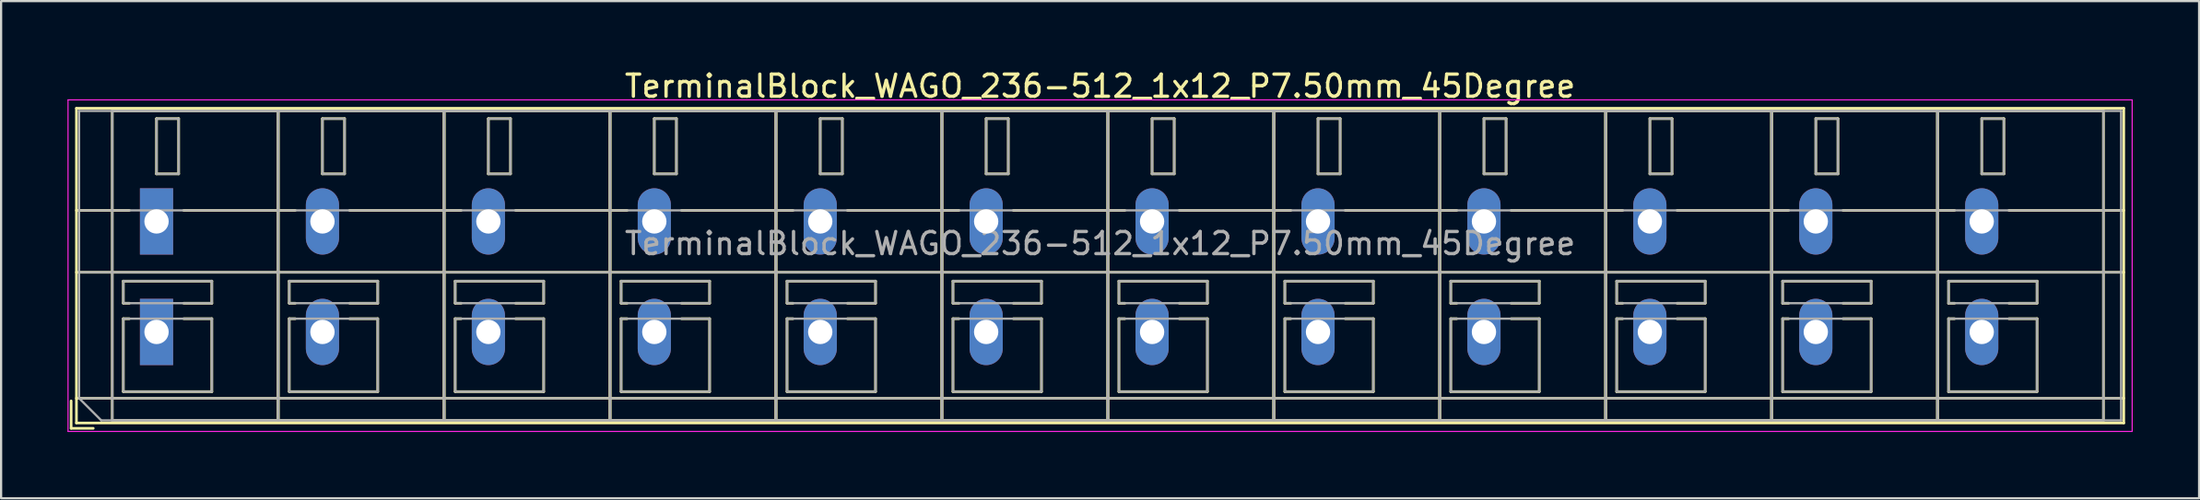
<source format=kicad_pcb>
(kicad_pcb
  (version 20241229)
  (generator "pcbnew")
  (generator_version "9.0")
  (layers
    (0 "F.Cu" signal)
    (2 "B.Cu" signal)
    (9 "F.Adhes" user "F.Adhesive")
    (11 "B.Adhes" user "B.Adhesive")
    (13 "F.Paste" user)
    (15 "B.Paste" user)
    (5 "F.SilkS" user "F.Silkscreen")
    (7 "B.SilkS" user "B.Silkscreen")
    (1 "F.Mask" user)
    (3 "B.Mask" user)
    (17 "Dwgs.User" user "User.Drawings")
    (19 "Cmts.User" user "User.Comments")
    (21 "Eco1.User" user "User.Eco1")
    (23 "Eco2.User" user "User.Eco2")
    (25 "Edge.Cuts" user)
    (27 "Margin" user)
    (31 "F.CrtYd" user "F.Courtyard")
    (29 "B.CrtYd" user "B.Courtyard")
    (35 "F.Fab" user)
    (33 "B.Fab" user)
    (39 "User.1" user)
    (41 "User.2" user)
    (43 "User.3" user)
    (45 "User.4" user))
  (footprint "TerminalBlock_WAGO_236-512_1x12_P7.50mm_45Degree"
    (layer "F.Cu")
    (at 4.025 6.968)
    (property "Reference" "TerminalBlock_WAGO_236-512_1x12_P7.50mm_45Degree" (at 42.65 -6.12 0) (layer "F.SilkS") (effects (font (size 1 1) (thickness 0.15))))
    (attr through_hole)
    (fp_line (start -3.86 8.12) (end -3.86 9.36) (stroke (width 0.12) (type solid)) (layer "F.SilkS"))
    (fp_line (start -3.86 9.36) (end -2.86 9.36) (stroke (width 0.12) (type solid)) (layer "F.SilkS"))
    (fp_line (start -3.62 -5.12) (end -3.62 9.12) (stroke (width 0.12) (type solid)) (layer "F.SilkS"))
    (fp_line (start -3.62 -5.12) (end 88.92 -5.12) (stroke (width 0.12) (type solid)) (layer "F.SilkS"))
    (fp_line (start -3.62 -0.5) (end -1.23 -0.5) (stroke (width 0.12) (type solid)) (layer "F.SilkS"))
    (fp_line (start -3.62 2.3) (end 88.92 2.3) (stroke (width 0.12) (type solid)) (layer "F.SilkS"))
    (fp_line (start -3.62 8) (end 88.92 8) (stroke (width 0.12) (type solid)) (layer "F.SilkS"))
    (fp_line (start -3.62 9.12) (end 88.92 9.12) (stroke (width 0.12) (type solid)) (layer "F.SilkS"))
    (fp_line (start -2 -5) (end -2 9) (stroke (width 0.12) (type solid)) (layer "F.SilkS"))
    (fp_line (start -2 -5) (end 5.5 -5) (stroke (width 0.12) (type solid)) (layer "F.SilkS"))
    (fp_line (start -2 9) (end 5.5 9) (stroke (width 0.12) (type solid)) (layer "F.SilkS"))
    (fp_line (start -1.5 2.7) (end -1.5 3.7) (stroke (width 0.12) (type solid)) (layer "F.SilkS"))
    (fp_line (start -1.5 2.7) (end 2.5 2.7) (stroke (width 0.12) (type solid)) (layer "F.SilkS"))
    (fp_line (start -1.5 3.7) (end -1.23 3.7) (stroke (width 0.12) (type solid)) (layer "F.SilkS"))
    (fp_line (start -1.5 4.4) (end -1.5 7.7) (stroke (width 0.12) (type solid)) (layer "F.SilkS"))
    (fp_line (start -1.5 4.4) (end -1.23 4.4) (stroke (width 0.12) (type solid)) (layer "F.SilkS"))
    (fp_line (start -1.5 7.7) (end 2.5 7.7) (stroke (width 0.12) (type solid)) (layer "F.SilkS"))
    (fp_line (start 0 -4.65) (end 0 -2.151) (stroke (width 0.12) (type solid)) (layer "F.SilkS"))
    (fp_line (start 0 -4.65) (end 1 -4.65) (stroke (width 0.12) (type solid)) (layer "F.SilkS"))
    (fp_line (start 0 -2.151) (end 1 -2.151) (stroke (width 0.12) (type solid)) (layer "F.SilkS"))
    (fp_line (start 1 -4.65) (end 1 -2.151) (stroke (width 0.12) (type solid)) (layer "F.SilkS"))
    (fp_line (start 1.23 -0.5) (end 6.27 -0.5) (stroke (width 0.12) (type solid)) (layer "F.SilkS"))
    (fp_line (start 1.23 3.7) (end 2.5 3.7) (stroke (width 0.12) (type solid)) (layer "F.SilkS"))
    (fp_line (start 1.23 4.4) (end 2.5 4.4) (stroke (width 0.12) (type solid)) (layer "F.SilkS"))
    (fp_line (start 2.5 2.7) (end 2.5 3.7) (stroke (width 0.12) (type solid)) (layer "F.SilkS"))
    (fp_line (start 2.5 4.4) (end 2.5 7.7) (stroke (width 0.12) (type solid)) (layer "F.SilkS"))
    (fp_line (start 5.5 -5) (end 5.5 9) (stroke (width 0.12) (type solid)) (layer "F.SilkS"))
    (fp_line (start 5.5 -5) (end 5.5 9) (stroke (width 0.12) (type solid)) (layer "F.SilkS"))
    (fp_line (start 5.5 -5) (end 13 -5) (stroke (width 0.12) (type solid)) (layer "F.SilkS"))
    (fp_line (start 5.5 9) (end 13 9) (stroke (width 0.12) (type solid)) (layer "F.SilkS"))
    (fp_line (start 6 2.7) (end 6 3.7) (stroke (width 0.12) (type solid)) (layer "F.SilkS"))
    (fp_line (start 6 2.7) (end 10 2.7) (stroke (width 0.12) (type solid)) (layer "F.SilkS"))
    (fp_line (start 6 3.7) (end 6.27 3.7) (stroke (width 0.12) (type solid)) (layer "F.SilkS"))
    (fp_line (start 6 4.4) (end 6 7.7) (stroke (width 0.12) (type solid)) (layer "F.SilkS"))
    (fp_line (start 6 4.4) (end 6.27 4.4) (stroke (width 0.12) (type solid)) (layer "F.SilkS"))
    (fp_line (start 6 7.7) (end 10 7.7) (stroke (width 0.12) (type solid)) (layer "F.SilkS"))
    (fp_line (start 7.5 -4.65) (end 7.5 -2.151) (stroke (width 0.12) (type solid)) (layer "F.SilkS"))
    (fp_line (start 7.5 -4.65) (end 8.5 -4.65) (stroke (width 0.12) (type solid)) (layer "F.SilkS"))
    (fp_line (start 7.5 -2.151) (end 8.5 -2.151) (stroke (width 0.12) (type solid)) (layer "F.SilkS"))
    (fp_line (start 8.5 -4.65) (end 8.5 -2.151) (stroke (width 0.12) (type solid)) (layer "F.SilkS"))
    (fp_line (start 8.73 -0.5) (end 13.77 -0.5) (stroke (width 0.12) (type solid)) (layer "F.SilkS"))
    (fp_line (start 8.73 3.7) (end 10 3.7) (stroke (width 0.12) (type solid)) (layer "F.SilkS"))
    (fp_line (start 8.73 4.4) (end 10 4.4) (stroke (width 0.12) (type solid)) (layer "F.SilkS"))
    (fp_line (start 10 2.7) (end 10 3.7) (stroke (width 0.12) (type solid)) (layer "F.SilkS"))
    (fp_line (start 10 4.4) (end 10 7.7) (stroke (width 0.12) (type solid)) (layer "F.SilkS"))
    (fp_line (start 13 -5) (end 13 9) (stroke (width 0.12) (type solid)) (layer "F.SilkS"))
    (fp_line (start 13 -5) (end 13 9) (stroke (width 0.12) (type solid)) (layer "F.SilkS"))
    (fp_line (start 13 -5) (end 20.5 -5) (stroke (width 0.12) (type solid)) (layer "F.SilkS"))
    (fp_line (start 13 9) (end 20.5 9) (stroke (width 0.12) (type solid)) (layer "F.SilkS"))
    (fp_line (start 13.5 2.7) (end 13.5 3.7) (stroke (width 0.12) (type solid)) (layer "F.SilkS"))
    (fp_line (start 13.5 2.7) (end 17.5 2.7) (stroke (width 0.12) (type solid)) (layer "F.SilkS"))
    (fp_line (start 13.5 3.7) (end 13.77 3.7) (stroke (width 0.12) (type solid)) (layer "F.SilkS"))
    (fp_line (start 13.5 4.4) (end 13.5 7.7) (stroke (width 0.12) (type solid)) (layer "F.SilkS"))
    (fp_line (start 13.5 4.4) (end 13.77 4.4) (stroke (width 0.12) (type solid)) (layer "F.SilkS"))
    (fp_line (start 13.5 7.7) (end 17.5 7.7) (stroke (width 0.12) (type solid)) (layer "F.SilkS"))
    (fp_line (start 15 -4.65) (end 15 -2.151) (stroke (width 0.12) (type solid)) (layer "F.SilkS"))
    (fp_line (start 15 -4.65) (end 16 -4.65) (stroke (width 0.12) (type solid)) (layer "F.SilkS"))
    (fp_line (start 15 -2.151) (end 16 -2.151) (stroke (width 0.12) (type solid)) (layer "F.SilkS"))
    (fp_line (start 16 -4.65) (end 16 -2.151) (stroke (width 0.12) (type solid)) (layer "F.SilkS"))
    (fp_line (start 16.23 -0.5) (end 21.27 -0.5) (stroke (width 0.12) (type solid)) (layer "F.SilkS"))
    (fp_line (start 16.23 3.7) (end 17.5 3.7) (stroke (width 0.12) (type solid)) (layer "F.SilkS"))
    (fp_line (start 16.23 4.4) (end 17.5 4.4) (stroke (width 0.12) (type solid)) (layer "F.SilkS"))
    (fp_line (start 17.5 2.7) (end 17.5 3.7) (stroke (width 0.12) (type solid)) (layer "F.SilkS"))
    (fp_line (start 17.5 4.4) (end 17.5 7.7) (stroke (width 0.12) (type solid)) (layer "F.SilkS"))
    (fp_line (start 20.5 -5) (end 20.5 9) (stroke (width 0.12) (type solid)) (layer "F.SilkS"))
    (fp_line (start 20.5 -5) (end 20.5 9) (stroke (width 0.12) (type solid)) (layer "F.SilkS"))
    (fp_line (start 20.5 -5) (end 28 -5) (stroke (width 0.12) (type solid)) (layer "F.SilkS"))
    (fp_line (start 20.5 9) (end 28 9) (stroke (width 0.12) (type solid)) (layer "F.SilkS"))
    (fp_line (start 21 2.7) (end 21 3.7) (stroke (width 0.12) (type solid)) (layer "F.SilkS"))
    (fp_line (start 21 2.7) (end 25 2.7) (stroke (width 0.12) (type solid)) (layer "F.SilkS"))
    (fp_line (start 21 3.7) (end 21.27 3.7) (stroke (width 0.12) (type solid)) (layer "F.SilkS"))
    (fp_line (start 21 4.4) (end 21 7.7) (stroke (width 0.12) (type solid)) (layer "F.SilkS"))
    (fp_line (start 21 4.4) (end 21.27 4.4) (stroke (width 0.12) (type solid)) (layer "F.SilkS"))
    (fp_line (start 21 7.7) (end 25 7.7) (stroke (width 0.12) (type solid)) (layer "F.SilkS"))
    (fp_line (start 22.5 -4.65) (end 22.5 -2.151) (stroke (width 0.12) (type solid)) (layer "F.SilkS"))
    (fp_line (start 22.5 -4.65) (end 23.5 -4.65) (stroke (width 0.12) (type solid)) (layer "F.SilkS"))
    (fp_line (start 22.5 -2.151) (end 23.5 -2.151) (stroke (width 0.12) (type solid)) (layer "F.SilkS"))
    (fp_line (start 23.5 -4.65) (end 23.5 -2.151) (stroke (width 0.12) (type solid)) (layer "F.SilkS"))
    (fp_line (start 23.73 -0.5) (end 28.77 -0.5) (stroke (width 0.12) (type solid)) (layer "F.SilkS"))
    (fp_line (start 23.73 3.7) (end 25 3.7) (stroke (width 0.12) (type solid)) (layer "F.SilkS"))
    (fp_line (start 23.73 4.4) (end 25 4.4) (stroke (width 0.12) (type solid)) (layer "F.SilkS"))
    (fp_line (start 25 2.7) (end 25 3.7) (stroke (width 0.12) (type solid)) (layer "F.SilkS"))
    (fp_line (start 25 4.4) (end 25 7.7) (stroke (width 0.12) (type solid)) (layer "F.SilkS"))
    (fp_line (start 28 -5) (end 28 9) (stroke (width 0.12) (type solid)) (layer "F.SilkS"))
    (fp_line (start 28 -5) (end 28 9) (stroke (width 0.12) (type solid)) (layer "F.SilkS"))
    (fp_line (start 28 -5) (end 35.5 -5) (stroke (width 0.12) (type solid)) (layer "F.SilkS"))
    (fp_line (start 28 9) (end 35.5 9) (stroke (width 0.12) (type solid)) (layer "F.SilkS"))
    (fp_line (start 28.5 2.7) (end 28.5 3.7) (stroke (width 0.12) (type solid)) (layer "F.SilkS"))
    (fp_line (start 28.5 2.7) (end 32.5 2.7) (stroke (width 0.12) (type solid)) (layer "F.SilkS"))
    (fp_line (start 28.5 3.7) (end 28.77 3.7) (stroke (width 0.12) (type solid)) (layer "F.SilkS"))
    (fp_line (start 28.5 4.4) (end 28.5 7.7) (stroke (width 0.12) (type solid)) (layer "F.SilkS"))
    (fp_line (start 28.5 4.4) (end 28.77 4.4) (stroke (width 0.12) (type solid)) (layer "F.SilkS"))
    (fp_line (start 28.5 7.7) (end 32.5 7.7) (stroke (width 0.12) (type solid)) (layer "F.SilkS"))
    (fp_line (start 30 -4.65) (end 30 -2.151) (stroke (width 0.12) (type solid)) (layer "F.SilkS"))
    (fp_line (start 30 -4.65) (end 31 -4.65) (stroke (width 0.12) (type solid)) (layer "F.SilkS"))
    (fp_line (start 30 -2.151) (end 31 -2.151) (stroke (width 0.12) (type solid)) (layer "F.SilkS"))
    (fp_line (start 31 -4.65) (end 31 -2.151) (stroke (width 0.12) (type solid)) (layer "F.SilkS"))
    (fp_line (start 31.23 -0.5) (end 36.27 -0.5) (stroke (width 0.12) (type solid)) (layer "F.SilkS"))
    (fp_line (start 31.23 3.7) (end 32.5 3.7) (stroke (width 0.12) (type solid)) (layer "F.SilkS"))
    (fp_line (start 31.23 4.4) (end 32.5 4.4) (stroke (width 0.12) (type solid)) (layer "F.SilkS"))
    (fp_line (start 32.5 2.7) (end 32.5 3.7) (stroke (width 0.12) (type solid)) (layer "F.SilkS"))
    (fp_line (start 32.5 4.4) (end 32.5 7.7) (stroke (width 0.12) (type solid)) (layer "F.SilkS"))
    (fp_line (start 35.5 -5) (end 35.5 9) (stroke (width 0.12) (type solid)) (layer "F.SilkS"))
    (fp_line (start 35.5 -5) (end 35.5 9) (stroke (width 0.12) (type solid)) (layer "F.SilkS"))
    (fp_line (start 35.5 -5) (end 43 -5) (stroke (width 0.12) (type solid)) (layer "F.SilkS"))
    (fp_line (start 35.5 9) (end 43 9) (stroke (width 0.12) (type solid)) (layer "F.SilkS"))
    (fp_line (start 36 2.7) (end 36 3.7) (stroke (width 0.12) (type solid)) (layer "F.SilkS"))
    (fp_line (start 36 2.7) (end 40 2.7) (stroke (width 0.12) (type solid)) (layer "F.SilkS"))
    (fp_line (start 36 3.7) (end 36.27 3.7) (stroke (width 0.12) (type solid)) (layer "F.SilkS"))
    (fp_line (start 36 4.4) (end 36 7.7) (stroke (width 0.12) (type solid)) (layer "F.SilkS"))
    (fp_line (start 36 4.4) (end 36.27 4.4) (stroke (width 0.12) (type solid)) (layer "F.SilkS"))
    (fp_line (start 36 7.7) (end 40 7.7) (stroke (width 0.12) (type solid)) (layer "F.SilkS"))
    (fp_line (start 37.5 -4.65) (end 37.5 -2.151) (stroke (width 0.12) (type solid)) (layer "F.SilkS"))
    (fp_line (start 37.5 -4.65) (end 38.5 -4.65) (stroke (width 0.12) (type solid)) (layer "F.SilkS"))
    (fp_line (start 37.5 -2.151) (end 38.5 -2.151) (stroke (width 0.12) (type solid)) (layer "F.SilkS"))
    (fp_line (start 38.5 -4.65) (end 38.5 -2.151) (stroke (width 0.12) (type solid)) (layer "F.SilkS"))
    (fp_line (start 38.73 -0.5) (end 43.77 -0.5) (stroke (width 0.12) (type solid)) (layer "F.SilkS"))
    (fp_line (start 38.73 3.7) (end 40 3.7) (stroke (width 0.12) (type solid)) (layer "F.SilkS"))
    (fp_line (start 38.73 4.4) (end 40 4.4) (stroke (width 0.12) (type solid)) (layer "F.SilkS"))
    (fp_line (start 40 2.7) (end 40 3.7) (stroke (width 0.12) (type solid)) (layer "F.SilkS"))
    (fp_line (start 40 4.4) (end 40 7.7) (stroke (width 0.12) (type solid)) (layer "F.SilkS"))
    (fp_line (start 43 -5) (end 43 9) (stroke (width 0.12) (type solid)) (layer "F.SilkS"))
    (fp_line (start 43 -5) (end 43 9) (stroke (width 0.12) (type solid)) (layer "F.SilkS"))
    (fp_line (start 43 -5) (end 50.5 -5) (stroke (width 0.12) (type solid)) (layer "F.SilkS"))
    (fp_line (start 43 9) (end 50.5 9) (stroke (width 0.12) (type solid)) (layer "F.SilkS"))
    (fp_line (start 43.5 2.7) (end 43.5 3.7) (stroke (width 0.12) (type solid)) (layer "F.SilkS"))
    (fp_line (start 43.5 2.7) (end 47.5 2.7) (stroke (width 0.12) (type solid)) (layer "F.SilkS"))
    (fp_line (start 43.5 3.7) (end 43.77 3.7) (stroke (width 0.12) (type solid)) (layer "F.SilkS"))
    (fp_line (start 43.5 4.4) (end 43.5 7.7) (stroke (width 0.12) (type solid)) (layer "F.SilkS"))
    (fp_line (start 43.5 4.4) (end 43.77 4.4) (stroke (width 0.12) (type solid)) (layer "F.SilkS"))
    (fp_line (start 43.5 7.7) (end 47.5 7.7) (stroke (width 0.12) (type solid)) (layer "F.SilkS"))
    (fp_line (start 45 -4.65) (end 45 -2.151) (stroke (width 0.12) (type solid)) (layer "F.SilkS"))
    (fp_line (start 45 -4.65) (end 46 -4.65) (stroke (width 0.12) (type solid)) (layer "F.SilkS"))
    (fp_line (start 45 -2.151) (end 46 -2.151) (stroke (width 0.12) (type solid)) (layer "F.SilkS"))
    (fp_line (start 46 -4.65) (end 46 -2.151) (stroke (width 0.12) (type solid)) (layer "F.SilkS"))
    (fp_line (start 46.23 -0.5) (end 51.27 -0.5) (stroke (width 0.12) (type solid)) (layer "F.SilkS"))
    (fp_line (start 46.23 3.7) (end 47.5 3.7) (stroke (width 0.12) (type solid)) (layer "F.SilkS"))
    (fp_line (start 46.23 4.4) (end 47.5 4.4) (stroke (width 0.12) (type solid)) (layer "F.SilkS"))
    (fp_line (start 47.5 2.7) (end 47.5 3.7) (stroke (width 0.12) (type solid)) (layer "F.SilkS"))
    (fp_line (start 47.5 4.4) (end 47.5 7.7) (stroke (width 0.12) (type solid)) (layer "F.SilkS"))
    (fp_line (start 50.5 -5) (end 50.5 9) (stroke (width 0.12) (type solid)) (layer "F.SilkS"))
    (fp_line (start 50.5 -5) (end 50.5 9) (stroke (width 0.12) (type solid)) (layer "F.SilkS"))
    (fp_line (start 50.5 -5) (end 58 -5) (stroke (width 0.12) (type solid)) (layer "F.SilkS"))
    (fp_line (start 50.5 9) (end 58 9) (stroke (width 0.12) (type solid)) (layer "F.SilkS"))
    (fp_line (start 51 2.7) (end 51 3.7) (stroke (width 0.12) (type solid)) (layer "F.SilkS"))
    (fp_line (start 51 2.7) (end 55 2.7) (stroke (width 0.12) (type solid)) (layer "F.SilkS"))
    (fp_line (start 51 3.7) (end 51.27 3.7) (stroke (width 0.12) (type solid)) (layer "F.SilkS"))
    (fp_line (start 51 4.4) (end 51 7.7) (stroke (width 0.12) (type solid)) (layer "F.SilkS"))
    (fp_line (start 51 4.4) (end 51.27 4.4) (stroke (width 0.12) (type solid)) (layer "F.SilkS"))
    (fp_line (start 51 7.7) (end 55 7.7) (stroke (width 0.12) (type solid)) (layer "F.SilkS"))
    (fp_line (start 52.5 -4.65) (end 52.5 -2.151) (stroke (width 0.12) (type solid)) (layer "F.SilkS"))
    (fp_line (start 52.5 -4.65) (end 53.5 -4.65) (stroke (width 0.12) (type solid)) (layer "F.SilkS"))
    (fp_line (start 52.5 -2.151) (end 53.5 -2.151) (stroke (width 0.12) (type solid)) (layer "F.SilkS"))
    (fp_line (start 53.5 -4.65) (end 53.5 -2.151) (stroke (width 0.12) (type solid)) (layer "F.SilkS"))
    (fp_line (start 53.73 -0.5) (end 58.77 -0.5) (stroke (width 0.12) (type solid)) (layer "F.SilkS"))
    (fp_line (start 53.73 3.7) (end 55 3.7) (stroke (width 0.12) (type solid)) (layer "F.SilkS"))
    (fp_line (start 53.73 4.4) (end 55 4.4) (stroke (width 0.12) (type solid)) (layer "F.SilkS"))
    (fp_line (start 55 2.7) (end 55 3.7) (stroke (width 0.12) (type solid)) (layer "F.SilkS"))
    (fp_line (start 55 4.4) (end 55 7.7) (stroke (width 0.12) (type solid)) (layer "F.SilkS"))
    (fp_line (start 58 -5) (end 58 9) (stroke (width 0.12) (type solid)) (layer "F.SilkS"))
    (fp_line (start 58 -5) (end 58 9) (stroke (width 0.12) (type solid)) (layer "F.SilkS"))
    (fp_line (start 58 -5) (end 65.5 -5) (stroke (width 0.12) (type solid)) (layer "F.SilkS"))
    (fp_line (start 58 9) (end 65.5 9) (stroke (width 0.12) (type solid)) (layer "F.SilkS"))
    (fp_line (start 58.5 2.7) (end 58.5 3.7) (stroke (width 0.12) (type solid)) (layer "F.SilkS"))
    (fp_line (start 58.5 2.7) (end 62.5 2.7) (stroke (width 0.12) (type solid)) (layer "F.SilkS"))
    (fp_line (start 58.5 3.7) (end 58.77 3.7) (stroke (width 0.12) (type solid)) (layer "F.SilkS"))
    (fp_line (start 58.5 4.4) (end 58.5 7.7) (stroke (width 0.12) (type solid)) (layer "F.SilkS"))
    (fp_line (start 58.5 4.4) (end 58.77 4.4) (stroke (width 0.12) (type solid)) (layer "F.SilkS"))
    (fp_line (start 58.5 7.7) (end 62.5 7.7) (stroke (width 0.12) (type solid)) (layer "F.SilkS"))
    (fp_line (start 60 -4.65) (end 60 -2.151) (stroke (width 0.12) (type solid)) (layer "F.SilkS"))
    (fp_line (start 60 -4.65) (end 61 -4.65) (stroke (width 0.12) (type solid)) (layer "F.SilkS"))
    (fp_line (start 60 -2.151) (end 61 -2.151) (stroke (width 0.12) (type solid)) (layer "F.SilkS"))
    (fp_line (start 61 -4.65) (end 61 -2.151) (stroke (width 0.12) (type solid)) (layer "F.SilkS"))
    (fp_line (start 61.23 -0.5) (end 66.27 -0.5) (stroke (width 0.12) (type solid)) (layer "F.SilkS"))
    (fp_line (start 61.23 3.7) (end 62.5 3.7) (stroke (width 0.12) (type solid)) (layer "F.SilkS"))
    (fp_line (start 61.23 4.4) (end 62.5 4.4) (stroke (width 0.12) (type solid)) (layer "F.SilkS"))
    (fp_line (start 62.5 2.7) (end 62.5 3.7) (stroke (width 0.12) (type solid)) (layer "F.SilkS"))
    (fp_line (start 62.5 4.4) (end 62.5 7.7) (stroke (width 0.12) (type solid)) (layer "F.SilkS"))
    (fp_line (start 65.5 -5) (end 65.5 9) (stroke (width 0.12) (type solid)) (layer "F.SilkS"))
    (fp_line (start 65.5 -5) (end 65.5 9) (stroke (width 0.12) (type solid)) (layer "F.SilkS"))
    (fp_line (start 65.5 -5) (end 73 -5) (stroke (width 0.12) (type solid)) (layer "F.SilkS"))
    (fp_line (start 65.5 9) (end 73 9) (stroke (width 0.12) (type solid)) (layer "F.SilkS"))
    (fp_line (start 66 2.7) (end 66 3.7) (stroke (width 0.12) (type solid)) (layer "F.SilkS"))
    (fp_line (start 66 2.7) (end 70 2.7) (stroke (width 0.12) (type solid)) (layer "F.SilkS"))
    (fp_line (start 66 3.7) (end 66.27 3.7) (stroke (width 0.12) (type solid)) (layer "F.SilkS"))
    (fp_line (start 66 4.4) (end 66 7.7) (stroke (width 0.12) (type solid)) (layer "F.SilkS"))
    (fp_line (start 66 4.4) (end 66.27 4.4) (stroke (width 0.12) (type solid)) (layer "F.SilkS"))
    (fp_line (start 66 7.7) (end 70 7.7) (stroke (width 0.12) (type solid)) (layer "F.SilkS"))
    (fp_line (start 67.5 -4.65) (end 67.5 -2.151) (stroke (width 0.12) (type solid)) (layer "F.SilkS"))
    (fp_line (start 67.5 -4.65) (end 68.5 -4.65) (stroke (width 0.12) (type solid)) (layer "F.SilkS"))
    (fp_line (start 67.5 -2.151) (end 68.5 -2.151) (stroke (width 0.12) (type solid)) (layer "F.SilkS"))
    (fp_line (start 68.5 -4.65) (end 68.5 -2.151) (stroke (width 0.12) (type solid)) (layer "F.SilkS"))
    (fp_line (start 68.73 -0.5) (end 73.77 -0.5) (stroke (width 0.12) (type solid)) (layer "F.SilkS"))
    (fp_line (start 68.73 3.7) (end 70 3.7) (stroke (width 0.12) (type solid)) (layer "F.SilkS"))
    (fp_line (start 68.73 4.4) (end 70 4.4) (stroke (width 0.12) (type solid)) (layer "F.SilkS"))
    (fp_line (start 70 2.7) (end 70 3.7) (stroke (width 0.12) (type solid)) (layer "F.SilkS"))
    (fp_line (start 70 4.4) (end 70 7.7) (stroke (width 0.12) (type solid)) (layer "F.SilkS"))
    (fp_line (start 73 -5) (end 73 9) (stroke (width 0.12) (type solid)) (layer "F.SilkS"))
    (fp_line (start 73 -5) (end 73 9) (stroke (width 0.12) (type solid)) (layer "F.SilkS"))
    (fp_line (start 73 -5) (end 80.5 -5) (stroke (width 0.12) (type solid)) (layer "F.SilkS"))
    (fp_line (start 73 9) (end 80.5 9) (stroke (width 0.12) (type solid)) (layer "F.SilkS"))
    (fp_line (start 73.5 2.7) (end 73.5 3.7) (stroke (width 0.12) (type solid)) (layer "F.SilkS"))
    (fp_line (start 73.5 2.7) (end 77.5 2.7) (stroke (width 0.12) (type solid)) (layer "F.SilkS"))
    (fp_line (start 73.5 3.7) (end 73.77 3.7) (stroke (width 0.12) (type solid)) (layer "F.SilkS"))
    (fp_line (start 73.5 4.4) (end 73.5 7.7) (stroke (width 0.12) (type solid)) (layer "F.SilkS"))
    (fp_line (start 73.5 4.4) (end 73.77 4.4) (stroke (width 0.12) (type solid)) (layer "F.SilkS"))
    (fp_line (start 73.5 7.7) (end 77.5 7.7) (stroke (width 0.12) (type solid)) (layer "F.SilkS"))
    (fp_line (start 75 -4.65) (end 75 -2.151) (stroke (width 0.12) (type solid)) (layer "F.SilkS"))
    (fp_line (start 75 -4.65) (end 76 -4.65) (stroke (width 0.12) (type solid)) (layer "F.SilkS"))
    (fp_line (start 75 -2.151) (end 76 -2.151) (stroke (width 0.12) (type solid)) (layer "F.SilkS"))
    (fp_line (start 76 -4.65) (end 76 -2.151) (stroke (width 0.12) (type solid)) (layer "F.SilkS"))
    (fp_line (start 76.23 -0.5) (end 81.27 -0.5) (stroke (width 0.12) (type solid)) (layer "F.SilkS"))
    (fp_line (start 76.23 3.7) (end 77.5 3.7) (stroke (width 0.12) (type solid)) (layer "F.SilkS"))
    (fp_line (start 76.23 4.4) (end 77.5 4.4) (stroke (width 0.12) (type solid)) (layer "F.SilkS"))
    (fp_line (start 77.5 2.7) (end 77.5 3.7) (stroke (width 0.12) (type solid)) (layer "F.SilkS"))
    (fp_line (start 77.5 4.4) (end 77.5 7.7) (stroke (width 0.12) (type solid)) (layer "F.SilkS"))
    (fp_line (start 80.5 -5) (end 80.5 9) (stroke (width 0.12) (type solid)) (layer "F.SilkS"))
    (fp_line (start 80.5 -5) (end 80.5 9) (stroke (width 0.12) (type solid)) (layer "F.SilkS"))
    (fp_line (start 80.5 -5) (end 88 -5) (stroke (width 0.12) (type solid)) (layer "F.SilkS"))
    (fp_line (start 80.5 9) (end 88 9) (stroke (width 0.12) (type solid)) (layer "F.SilkS"))
    (fp_line (start 81 2.7) (end 81 3.7) (stroke (width 0.12) (type solid)) (layer "F.SilkS"))
    (fp_line (start 81 2.7) (end 85 2.7) (stroke (width 0.12) (type solid)) (layer "F.SilkS"))
    (fp_line (start 81 3.7) (end 81.27 3.7) (stroke (width 0.12) (type solid)) (layer "F.SilkS"))
    (fp_line (start 81 4.4) (end 81 7.7) (stroke (width 0.12) (type solid)) (layer "F.SilkS"))
    (fp_line (start 81 4.4) (end 81.27 4.4) (stroke (width 0.12) (type solid)) (layer "F.SilkS"))
    (fp_line (start 81 7.7) (end 85 7.7) (stroke (width 0.12) (type solid)) (layer "F.SilkS"))
    (fp_line (start 82.5 -4.65) (end 82.5 -2.151) (stroke (width 0.12) (type solid)) (layer "F.SilkS"))
    (fp_line (start 82.5 -4.65) (end 83.5 -4.65) (stroke (width 0.12) (type solid)) (layer "F.SilkS"))
    (fp_line (start 82.5 -2.151) (end 83.5 -2.151) (stroke (width 0.12) (type solid)) (layer "F.SilkS"))
    (fp_line (start 83.5 -4.65) (end 83.5 -2.151) (stroke (width 0.12) (type solid)) (layer "F.SilkS"))
    (fp_line (start 83.73 -0.5) (end 88.92 -0.5) (stroke (width 0.12) (type solid)) (layer "F.SilkS"))
    (fp_line (start 83.73 3.7) (end 85 3.7) (stroke (width 0.12) (type solid)) (layer "F.SilkS"))
    (fp_line (start 83.73 4.4) (end 85 4.4) (stroke (width 0.12) (type solid)) (layer "F.SilkS"))
    (fp_line (start 85 2.7) (end 85 3.7) (stroke (width 0.12) (type solid)) (layer "F.SilkS"))
    (fp_line (start 85 4.4) (end 85 7.7) (stroke (width 0.12) (type solid)) (layer "F.SilkS"))
    (fp_line (start 88 -5) (end 88 9) (stroke (width 0.12) (type solid)) (layer "F.SilkS"))
    (fp_line (start 88.92 -5.12) (end 88.92 9.12) (stroke (width 0.12) (type solid)) (layer "F.SilkS"))
    (fp_line (start -4 -5.5) (end -4 9.5) (stroke (width 0.05) (type solid)) (layer "F.CrtYd"))
    (fp_line (start -4 9.5) (end 89.3 9.5) (stroke (width 0.05) (type solid)) (layer "F.CrtYd"))
    (fp_line (start 89.3 -5.5) (end -4 -5.5) (stroke (width 0.05) (type solid)) (layer "F.CrtYd"))
    (fp_line (start 89.3 9.5) (end 89.3 -5.5) (stroke (width 0.05) (type solid)) (layer "F.CrtYd"))
    (fp_line (start -3.5 -5) (end 88.8 -5) (stroke (width 0.1) (type solid)) (layer "F.Fab"))
    (fp_line (start -3.5 -0.5) (end 88.8 -0.5) (stroke (width 0.1) (type solid)) (layer "F.Fab"))
    (fp_line (start -3.5 2.3) (end 88.8 2.3) (stroke (width 0.1) (type solid)) (layer "F.Fab"))
    (fp_line (start -3.5 8) (end -3.5 -5) (stroke (width 0.1) (type solid)) (layer "F.Fab"))
    (fp_line (start -3.5 8) (end 88.8 8) (stroke (width 0.1) (type solid)) (layer "F.Fab"))
    (fp_line (start -2.5 9) (end -3.5 8) (stroke (width 0.1) (type solid)) (layer "F.Fab"))
    (fp_line (start -2 -5) (end -2 9) (stroke (width 0.1) (type solid)) (layer "F.Fab"))
    (fp_line (start -2 9) (end 5.5 9) (stroke (width 0.1) (type solid)) (layer "F.Fab"))
    (fp_line (start -1.5 2.7) (end -1.5 3.7) (stroke (width 0.1) (type solid)) (layer "F.Fab"))
    (fp_line (start -1.5 3.7) (end 2.5 3.7) (stroke (width 0.1) (type solid)) (layer "F.Fab"))
    (fp_line (start -1.5 4.4) (end -1.5 7.7) (stroke (width 0.1) (type solid)) (layer "F.Fab"))
    (fp_line (start -1.5 7.7) (end 2.5 7.7) (stroke (width 0.1) (type solid)) (layer "F.Fab"))
    (fp_line (start 0 -4.65) (end 0 -2.15) (stroke (width 0.1) (type solid)) (layer "F.Fab"))
    (fp_line (start 0 -2.15) (end 1 -2.15) (stroke (width 0.1) (type solid)) (layer "F.Fab"))
    (fp_line (start 1 -4.65) (end 0 -4.65) (stroke (width 0.1) (type solid)) (layer "F.Fab"))
    (fp_line (start 1 -2.15) (end 1 -4.65) (stroke (width 0.1) (type solid)) (layer "F.Fab"))
    (fp_line (start 2.5 2.7) (end -1.5 2.7) (stroke (width 0.1) (type solid)) (layer "F.Fab"))
    (fp_line (start 2.5 3.7) (end 2.5 2.7) (stroke (width 0.1) (type solid)) (layer "F.Fab"))
    (fp_line (start 2.5 4.4) (end -1.5 4.4) (stroke (width 0.1) (type solid)) (layer "F.Fab"))
    (fp_line (start 2.5 7.7) (end 2.5 4.4) (stroke (width 0.1) (type solid)) (layer "F.Fab"))
    (fp_line (start 5.5 -5) (end -2 -5) (stroke (width 0.1) (type solid)) (layer "F.Fab"))
    (fp_line (start 5.5 -5) (end 5.5 9) (stroke (width 0.1) (type solid)) (layer "F.Fab"))
    (fp_line (start 5.5 9) (end 5.5 -5) (stroke (width 0.1) (type solid)) (layer "F.Fab"))
    (fp_line (start 5.5 9) (end 13 9) (stroke (width 0.1) (type solid)) (layer "F.Fab"))
    (fp_line (start 6 2.7) (end 6 3.7) (stroke (width 0.1) (type solid)) (layer "F.Fab"))
    (fp_line (start 6 3.7) (end 10 3.7) (stroke (width 0.1) (type solid)) (layer "F.Fab"))
    (fp_line (start 6 4.4) (end 6 7.7) (stroke (width 0.1) (type solid)) (layer "F.Fab"))
    (fp_line (start 6 7.7) (end 10 7.7) (stroke (width 0.1) (type solid)) (layer "F.Fab"))
    (fp_line (start 7.5 -4.65) (end 7.5 -2.15) (stroke (width 0.1) (type solid)) (layer "F.Fab"))
    (fp_line (start 7.5 -2.15) (end 8.5 -2.15) (stroke (width 0.1) (type solid)) (layer "F.Fab"))
    (fp_line (start 8.5 -4.65) (end 7.5 -4.65) (stroke (width 0.1) (type solid)) (layer "F.Fab"))
    (fp_line (start 8.5 -2.15) (end 8.5 -4.65) (stroke (width 0.1) (type solid)) (layer "F.Fab"))
    (fp_line (start 10 2.7) (end 6 2.7) (stroke (width 0.1) (type solid)) (layer "F.Fab"))
    (fp_line (start 10 3.7) (end 10 2.7) (stroke (width 0.1) (type solid)) (layer "F.Fab"))
    (fp_line (start 10 4.4) (end 6 4.4) (stroke (width 0.1) (type solid)) (layer "F.Fab"))
    (fp_line (start 10 7.7) (end 10 4.4) (stroke (width 0.1) (type solid)) (layer "F.Fab"))
    (fp_line (start 13 -5) (end 5.5 -5) (stroke (width 0.1) (type solid)) (layer "F.Fab"))
    (fp_line (start 13 -5) (end 13 9) (stroke (width 0.1) (type solid)) (layer "F.Fab"))
    (fp_line (start 13 9) (end 13 -5) (stroke (width 0.1) (type solid)) (layer "F.Fab"))
    (fp_line (start 13 9) (end 20.5 9) (stroke (width 0.1) (type solid)) (layer "F.Fab"))
    (fp_line (start 13.5 2.7) (end 13.5 3.7) (stroke (width 0.1) (type solid)) (layer "F.Fab"))
    (fp_line (start 13.5 3.7) (end 17.5 3.7) (stroke (width 0.1) (type solid)) (layer "F.Fab"))
    (fp_line (start 13.5 4.4) (end 13.5 7.7) (stroke (width 0.1) (type solid)) (layer "F.Fab"))
    (fp_line (start 13.5 7.7) (end 17.5 7.7) (stroke (width 0.1) (type solid)) (layer "F.Fab"))
    (fp_line (start 15 -4.65) (end 15 -2.15) (stroke (width 0.1) (type solid)) (layer "F.Fab"))
    (fp_line (start 15 -2.15) (end 16 -2.15) (stroke (width 0.1) (type solid)) (layer "F.Fab"))
    (fp_line (start 16 -4.65) (end 15 -4.65) (stroke (width 0.1) (type solid)) (layer "F.Fab"))
    (fp_line (start 16 -2.15) (end 16 -4.65) (stroke (width 0.1) (type solid)) (layer "F.Fab"))
    (fp_line (start 17.5 2.7) (end 13.5 2.7) (stroke (width 0.1) (type solid)) (layer "F.Fab"))
    (fp_line (start 17.5 3.7) (end 17.5 2.7) (stroke (width 0.1) (type solid)) (layer "F.Fab"))
    (fp_line (start 17.5 4.4) (end 13.5 4.4) (stroke (width 0.1) (type solid)) (layer "F.Fab"))
    (fp_line (start 17.5 7.7) (end 17.5 4.4) (stroke (width 0.1) (type solid)) (layer "F.Fab"))
    (fp_line (start 20.5 -5) (end 13 -5) (stroke (width 0.1) (type solid)) (layer "F.Fab"))
    (fp_line (start 20.5 -5) (end 20.5 9) (stroke (width 0.1) (type solid)) (layer "F.Fab"))
    (fp_line (start 20.5 9) (end 20.5 -5) (stroke (width 0.1) (type solid)) (layer "F.Fab"))
    (fp_line (start 20.5 9) (end 28 9) (stroke (width 0.1) (type solid)) (layer "F.Fab"))
    (fp_line (start 21 2.7) (end 21 3.7) (stroke (width 0.1) (type solid)) (layer "F.Fab"))
    (fp_line (start 21 3.7) (end 25 3.7) (stroke (width 0.1) (type solid)) (layer "F.Fab"))
    (fp_line (start 21 4.4) (end 21 7.7) (stroke (width 0.1) (type solid)) (layer "F.Fab"))
    (fp_line (start 21 7.7) (end 25 7.7) (stroke (width 0.1) (type solid)) (layer "F.Fab"))
    (fp_line (start 22.5 -4.65) (end 22.5 -2.15) (stroke (width 0.1) (type solid)) (layer "F.Fab"))
    (fp_line (start 22.5 -2.15) (end 23.5 -2.15) (stroke (width 0.1) (type solid)) (layer "F.Fab"))
    (fp_line (start 23.5 -4.65) (end 22.5 -4.65) (stroke (width 0.1) (type solid)) (layer "F.Fab"))
    (fp_line (start 23.5 -2.15) (end 23.5 -4.65) (stroke (width 0.1) (type solid)) (layer "F.Fab"))
    (fp_line (start 25 2.7) (end 21 2.7) (stroke (width 0.1) (type solid)) (layer "F.Fab"))
    (fp_line (start 25 3.7) (end 25 2.7) (stroke (width 0.1) (type solid)) (layer "F.Fab"))
    (fp_line (start 25 4.4) (end 21 4.4) (stroke (width 0.1) (type solid)) (layer "F.Fab"))
    (fp_line (start 25 7.7) (end 25 4.4) (stroke (width 0.1) (type solid)) (layer "F.Fab"))
    (fp_line (start 28 -5) (end 20.5 -5) (stroke (width 0.1) (type solid)) (layer "F.Fab"))
    (fp_line (start 28 -5) (end 28 9) (stroke (width 0.1) (type solid)) (layer "F.Fab"))
    (fp_line (start 28 9) (end 28 -5) (stroke (width 0.1) (type solid)) (layer "F.Fab"))
    (fp_line (start 28 9) (end 35.5 9) (stroke (width 0.1) (type solid)) (layer "F.Fab"))
    (fp_line (start 28.5 2.7) (end 28.5 3.7) (stroke (width 0.1) (type solid)) (layer "F.Fab"))
    (fp_line (start 28.5 3.7) (end 32.5 3.7) (stroke (width 0.1) (type solid)) (layer "F.Fab"))
    (fp_line (start 28.5 4.4) (end 28.5 7.7) (stroke (width 0.1) (type solid)) (layer "F.Fab"))
    (fp_line (start 28.5 7.7) (end 32.5 7.7) (stroke (width 0.1) (type solid)) (layer "F.Fab"))
    (fp_line (start 30 -4.65) (end 30 -2.15) (stroke (width 0.1) (type solid)) (layer "F.Fab"))
    (fp_line (start 30 -2.15) (end 31 -2.15) (stroke (width 0.1) (type solid)) (layer "F.Fab"))
    (fp_line (start 31 -4.65) (end 30 -4.65) (stroke (width 0.1) (type solid)) (layer "F.Fab"))
    (fp_line (start 31 -2.15) (end 31 -4.65) (stroke (width 0.1) (type solid)) (layer "F.Fab"))
    (fp_line (start 32.5 2.7) (end 28.5 2.7) (stroke (width 0.1) (type solid)) (layer "F.Fab"))
    (fp_line (start 32.5 3.7) (end 32.5 2.7) (stroke (width 0.1) (type solid)) (layer "F.Fab"))
    (fp_line (start 32.5 4.4) (end 28.5 4.4) (stroke (width 0.1) (type solid)) (layer "F.Fab"))
    (fp_line (start 32.5 7.7) (end 32.5 4.4) (stroke (width 0.1) (type solid)) (layer "F.Fab"))
    (fp_line (start 35.5 -5) (end 28 -5) (stroke (width 0.1) (type solid)) (layer "F.Fab"))
    (fp_line (start 35.5 -5) (end 35.5 9) (stroke (width 0.1) (type solid)) (layer "F.Fab"))
    (fp_line (start 35.5 9) (end 35.5 -5) (stroke (width 0.1) (type solid)) (layer "F.Fab"))
    (fp_line (start 35.5 9) (end 43 9) (stroke (width 0.1) (type solid)) (layer "F.Fab"))
    (fp_line (start 36 2.7) (end 36 3.7) (stroke (width 0.1) (type solid)) (layer "F.Fab"))
    (fp_line (start 36 3.7) (end 40 3.7) (stroke (width 0.1) (type solid)) (layer "F.Fab"))
    (fp_line (start 36 4.4) (end 36 7.7) (stroke (width 0.1) (type solid)) (layer "F.Fab"))
    (fp_line (start 36 7.7) (end 40 7.7) (stroke (width 0.1) (type solid)) (layer "F.Fab"))
    (fp_line (start 37.5 -4.65) (end 37.5 -2.15) (stroke (width 0.1) (type solid)) (layer "F.Fab"))
    (fp_line (start 37.5 -2.15) (end 38.5 -2.15) (stroke (width 0.1) (type solid)) (layer "F.Fab"))
    (fp_line (start 38.5 -4.65) (end 37.5 -4.65) (stroke (width 0.1) (type solid)) (layer "F.Fab"))
    (fp_line (start 38.5 -2.15) (end 38.5 -4.65) (stroke (width 0.1) (type solid)) (layer "F.Fab"))
    (fp_line (start 40 2.7) (end 36 2.7) (stroke (width 0.1) (type solid)) (layer "F.Fab"))
    (fp_line (start 40 3.7) (end 40 2.7) (stroke (width 0.1) (type solid)) (layer "F.Fab"))
    (fp_line (start 40 4.4) (end 36 4.4) (stroke (width 0.1) (type solid)) (layer "F.Fab"))
    (fp_line (start 40 7.7) (end 40 4.4) (stroke (width 0.1) (type solid)) (layer "F.Fab"))
    (fp_line (start 43 -5) (end 35.5 -5) (stroke (width 0.1) (type solid)) (layer "F.Fab"))
    (fp_line (start 43 -5) (end 43 9) (stroke (width 0.1) (type solid)) (layer "F.Fab"))
    (fp_line (start 43 9) (end 43 -5) (stroke (width 0.1) (type solid)) (layer "F.Fab"))
    (fp_line (start 43 9) (end 50.5 9) (stroke (width 0.1) (type solid)) (layer "F.Fab"))
    (fp_line (start 43.5 2.7) (end 43.5 3.7) (stroke (width 0.1) (type solid)) (layer "F.Fab"))
    (fp_line (start 43.5 3.7) (end 47.5 3.7) (stroke (width 0.1) (type solid)) (layer "F.Fab"))
    (fp_line (start 43.5 4.4) (end 43.5 7.7) (stroke (width 0.1) (type solid)) (layer "F.Fab"))
    (fp_line (start 43.5 7.7) (end 47.5 7.7) (stroke (width 0.1) (type solid)) (layer "F.Fab"))
    (fp_line (start 45 -4.65) (end 45 -2.15) (stroke (width 0.1) (type solid)) (layer "F.Fab"))
    (fp_line (start 45 -2.15) (end 46 -2.15) (stroke (width 0.1) (type solid)) (layer "F.Fab"))
    (fp_line (start 46 -4.65) (end 45 -4.65) (stroke (width 0.1) (type solid)) (layer "F.Fab"))
    (fp_line (start 46 -2.15) (end 46 -4.65) (stroke (width 0.1) (type solid)) (layer "F.Fab"))
    (fp_line (start 47.5 2.7) (end 43.5 2.7) (stroke (width 0.1) (type solid)) (layer "F.Fab"))
    (fp_line (start 47.5 3.7) (end 47.5 2.7) (stroke (width 0.1) (type solid)) (layer "F.Fab"))
    (fp_line (start 47.5 4.4) (end 43.5 4.4) (stroke (width 0.1) (type solid)) (layer "F.Fab"))
    (fp_line (start 47.5 7.7) (end 47.5 4.4) (stroke (width 0.1) (type solid)) (layer "F.Fab"))
    (fp_line (start 50.5 -5) (end 43 -5) (stroke (width 0.1) (type solid)) (layer "F.Fab"))
    (fp_line (start 50.5 -5) (end 50.5 9) (stroke (width 0.1) (type solid)) (layer "F.Fab"))
    (fp_line (start 50.5 9) (end 50.5 -5) (stroke (width 0.1) (type solid)) (layer "F.Fab"))
    (fp_line (start 50.5 9) (end 58 9) (stroke (width 0.1) (type solid)) (layer "F.Fab"))
    (fp_line (start 51 2.7) (end 51 3.7) (stroke (width 0.1) (type solid)) (layer "F.Fab"))
    (fp_line (start 51 3.7) (end 55 3.7) (stroke (width 0.1) (type solid)) (layer "F.Fab"))
    (fp_line (start 51 4.4) (end 51 7.7) (stroke (width 0.1) (type solid)) (layer "F.Fab"))
    (fp_line (start 51 7.7) (end 55 7.7) (stroke (width 0.1) (type solid)) (layer "F.Fab"))
    (fp_line (start 52.5 -4.65) (end 52.5 -2.15) (stroke (width 0.1) (type solid)) (layer "F.Fab"))
    (fp_line (start 52.5 -2.15) (end 53.5 -2.15) (stroke (width 0.1) (type solid)) (layer "F.Fab"))
    (fp_line (start 53.5 -4.65) (end 52.5 -4.65) (stroke (width 0.1) (type solid)) (layer "F.Fab"))
    (fp_line (start 53.5 -2.15) (end 53.5 -4.65) (stroke (width 0.1) (type solid)) (layer "F.Fab"))
    (fp_line (start 55 2.7) (end 51 2.7) (stroke (width 0.1) (type solid)) (layer "F.Fab"))
    (fp_line (start 55 3.7) (end 55 2.7) (stroke (width 0.1) (type solid)) (layer "F.Fab"))
    (fp_line (start 55 4.4) (end 51 4.4) (stroke (width 0.1) (type solid)) (layer "F.Fab"))
    (fp_line (start 55 7.7) (end 55 4.4) (stroke (width 0.1) (type solid)) (layer "F.Fab"))
    (fp_line (start 58 -5) (end 50.5 -5) (stroke (width 0.1) (type solid)) (layer "F.Fab"))
    (fp_line (start 58 -5) (end 58 9) (stroke (width 0.1) (type solid)) (layer "F.Fab"))
    (fp_line (start 58 9) (end 58 -5) (stroke (width 0.1) (type solid)) (layer "F.Fab"))
    (fp_line (start 58 9) (end 65.5 9) (stroke (width 0.1) (type solid)) (layer "F.Fab"))
    (fp_line (start 58.5 2.7) (end 58.5 3.7) (stroke (width 0.1) (type solid)) (layer "F.Fab"))
    (fp_line (start 58.5 3.7) (end 62.5 3.7) (stroke (width 0.1) (type solid)) (layer "F.Fab"))
    (fp_line (start 58.5 4.4) (end 58.5 7.7) (stroke (width 0.1) (type solid)) (layer "F.Fab"))
    (fp_line (start 58.5 7.7) (end 62.5 7.7) (stroke (width 0.1) (type solid)) (layer "F.Fab"))
    (fp_line (start 60 -4.65) (end 60 -2.15) (stroke (width 0.1) (type solid)) (layer "F.Fab"))
    (fp_line (start 60 -2.15) (end 61 -2.15) (stroke (width 0.1) (type solid)) (layer "F.Fab"))
    (fp_line (start 61 -4.65) (end 60 -4.65) (stroke (width 0.1) (type solid)) (layer "F.Fab"))
    (fp_line (start 61 -2.15) (end 61 -4.65) (stroke (width 0.1) (type solid)) (layer "F.Fab"))
    (fp_line (start 62.5 2.7) (end 58.5 2.7) (stroke (width 0.1) (type solid)) (layer "F.Fab"))
    (fp_line (start 62.5 3.7) (end 62.5 2.7) (stroke (width 0.1) (type solid)) (layer "F.Fab"))
    (fp_line (start 62.5 4.4) (end 58.5 4.4) (stroke (width 0.1) (type solid)) (layer "F.Fab"))
    (fp_line (start 62.5 7.7) (end 62.5 4.4) (stroke (width 0.1) (type solid)) (layer "F.Fab"))
    (fp_line (start 65.5 -5) (end 58 -5) (stroke (width 0.1) (type solid)) (layer "F.Fab"))
    (fp_line (start 65.5 -5) (end 65.5 9) (stroke (width 0.1) (type solid)) (layer "F.Fab"))
    (fp_line (start 65.5 9) (end 65.5 -5) (stroke (width 0.1) (type solid)) (layer "F.Fab"))
    (fp_line (start 65.5 9) (end 73 9) (stroke (width 0.1) (type solid)) (layer "F.Fab"))
    (fp_line (start 66 2.7) (end 66 3.7) (stroke (width 0.1) (type solid)) (layer "F.Fab"))
    (fp_line (start 66 3.7) (end 70 3.7) (stroke (width 0.1) (type solid)) (layer "F.Fab"))
    (fp_line (start 66 4.4) (end 66 7.7) (stroke (width 0.1) (type solid)) (layer "F.Fab"))
    (fp_line (start 66 7.7) (end 70 7.7) (stroke (width 0.1) (type solid)) (layer "F.Fab"))
    (fp_line (start 67.5 -4.65) (end 67.5 -2.15) (stroke (width 0.1) (type solid)) (layer "F.Fab"))
    (fp_line (start 67.5 -2.15) (end 68.5 -2.15) (stroke (width 0.1) (type solid)) (layer "F.Fab"))
    (fp_line (start 68.5 -4.65) (end 67.5 -4.65) (stroke (width 0.1) (type solid)) (layer "F.Fab"))
    (fp_line (start 68.5 -2.15) (end 68.5 -4.65) (stroke (width 0.1) (type solid)) (layer "F.Fab"))
    (fp_line (start 70 2.7) (end 66 2.7) (stroke (width 0.1) (type solid)) (layer "F.Fab"))
    (fp_line (start 70 3.7) (end 70 2.7) (stroke (width 0.1) (type solid)) (layer "F.Fab"))
    (fp_line (start 70 4.4) (end 66 4.4) (stroke (width 0.1) (type solid)) (layer "F.Fab"))
    (fp_line (start 70 7.7) (end 70 4.4) (stroke (width 0.1) (type solid)) (layer "F.Fab"))
    (fp_line (start 73 -5) (end 65.5 -5) (stroke (width 0.1) (type solid)) (layer "F.Fab"))
    (fp_line (start 73 -5) (end 73 9) (stroke (width 0.1) (type solid)) (layer "F.Fab"))
    (fp_line (start 73 9) (end 73 -5) (stroke (width 0.1) (type solid)) (layer "F.Fab"))
    (fp_line (start 73 9) (end 80.5 9) (stroke (width 0.1) (type solid)) (layer "F.Fab"))
    (fp_line (start 73.5 2.7) (end 73.5 3.7) (stroke (width 0.1) (type solid)) (layer "F.Fab"))
    (fp_line (start 73.5 3.7) (end 77.5 3.7) (stroke (width 0.1) (type solid)) (layer "F.Fab"))
    (fp_line (start 73.5 4.4) (end 73.5 7.7) (stroke (width 0.1) (type solid)) (layer "F.Fab"))
    (fp_line (start 73.5 7.7) (end 77.5 7.7) (stroke (width 0.1) (type solid)) (layer "F.Fab"))
    (fp_line (start 75 -4.65) (end 75 -2.15) (stroke (width 0.1) (type solid)) (layer "F.Fab"))
    (fp_line (start 75 -2.15) (end 76 -2.15) (stroke (width 0.1) (type solid)) (layer "F.Fab"))
    (fp_line (start 76 -4.65) (end 75 -4.65) (stroke (width 0.1) (type solid)) (layer "F.Fab"))
    (fp_line (start 76 -2.15) (end 76 -4.65) (stroke (width 0.1) (type solid)) (layer "F.Fab"))
    (fp_line (start 77.5 2.7) (end 73.5 2.7) (stroke (width 0.1) (type solid)) (layer "F.Fab"))
    (fp_line (start 77.5 3.7) (end 77.5 2.7) (stroke (width 0.1) (type solid)) (layer "F.Fab"))
    (fp_line (start 77.5 4.4) (end 73.5 4.4) (stroke (width 0.1) (type solid)) (layer "F.Fab"))
    (fp_line (start 77.5 7.7) (end 77.5 4.4) (stroke (width 0.1) (type solid)) (layer "F.Fab"))
    (fp_line (start 80.5 -5) (end 73 -5) (stroke (width 0.1) (type solid)) (layer "F.Fab"))
    (fp_line (start 80.5 -5) (end 80.5 9) (stroke (width 0.1) (type solid)) (layer "F.Fab"))
    (fp_line (start 80.5 9) (end 80.5 -5) (stroke (width 0.1) (type solid)) (layer "F.Fab"))
    (fp_line (start 80.5 9) (end 88 9) (stroke (width 0.1) (type solid)) (layer "F.Fab"))
    (fp_line (start 81 2.7) (end 81 3.7) (stroke (width 0.1) (type solid)) (layer "F.Fab"))
    (fp_line (start 81 3.7) (end 85 3.7) (stroke (width 0.1) (type solid)) (layer "F.Fab"))
    (fp_line (start 81 4.4) (end 81 7.7) (stroke (width 0.1) (type solid)) (layer "F.Fab"))
    (fp_line (start 81 7.7) (end 85 7.7) (stroke (width 0.1) (type solid)) (layer "F.Fab"))
    (fp_line (start 82.5 -4.65) (end 82.5 -2.15) (stroke (width 0.1) (type solid)) (layer "F.Fab"))
    (fp_line (start 82.5 -2.15) (end 83.5 -2.15) (stroke (width 0.1) (type solid)) (layer "F.Fab"))
    (fp_line (start 83.5 -4.65) (end 82.5 -4.65) (stroke (width 0.1) (type solid)) (layer "F.Fab"))
    (fp_line (start 83.5 -2.15) (end 83.5 -4.65) (stroke (width 0.1) (type solid)) (layer "F.Fab"))
    (fp_line (start 85 2.7) (end 81 2.7) (stroke (width 0.1) (type solid)) (layer "F.Fab"))
    (fp_line (start 85 3.7) (end 85 2.7) (stroke (width 0.1) (type solid)) (layer "F.Fab"))
    (fp_line (start 85 4.4) (end 81 4.4) (stroke (width 0.1) (type solid)) (layer "F.Fab"))
    (fp_line (start 85 7.7) (end 85 4.4) (stroke (width 0.1) (type solid)) (layer "F.Fab"))
    (fp_line (start 88 -5) (end 80.5 -5) (stroke (width 0.1) (type solid)) (layer "F.Fab"))
    (fp_line (start 88 9) (end 88 -5) (stroke (width 0.1) (type solid)) (layer "F.Fab"))
    (fp_line (start 88.8 -5) (end 88.8 9) (stroke (width 0.1) (type solid)) (layer "F.Fab"))
    (fp_line (start 88.8 9) (end -2.5 9) (stroke (width 0.1) (type solid)) (layer "F.Fab"))
    (fp_text user "${REFERENCE}" (at 42.65 1 0) (layer "F.Fab") (effects (font (size 1 1) (thickness 0.15))))
    (pad "1" thru_hole rect (at 0 0) (size 1.5 3) (drill 1.1) (layers "*.Cu" "*.Mask"))
    (pad "1" thru_hole rect (at 0 5) (size 1.5 3) (drill 1.1) (layers "*.Cu" "*.Mask"))
    (pad "2" thru_hole oval (at 7.5 0) (size 1.5 3) (drill 1.1) (layers "*.Cu" "*.Mask"))
    (pad "2" thru_hole oval (at 7.5 5) (size 1.5 3) (drill 1.1) (layers "*.Cu" "*.Mask"))
    (pad "3" thru_hole oval (at 15 0) (size 1.5 3) (drill 1.1) (layers "*.Cu" "*.Mask"))
    (pad "3" thru_hole oval (at 15 5) (size 1.5 3) (drill 1.1) (layers "*.Cu" "*.Mask"))
    (pad "4" thru_hole oval (at 22.5 0) (size 1.5 3) (drill 1.1) (layers "*.Cu" "*.Mask"))
    (pad "4" thru_hole oval (at 22.5 5) (size 1.5 3) (drill 1.1) (layers "*.Cu" "*.Mask"))
    (pad "5" thru_hole oval (at 30 0) (size 1.5 3) (drill 1.1) (layers "*.Cu" "*.Mask"))
    (pad "5" thru_hole oval (at 30 5) (size 1.5 3) (drill 1.1) (layers "*.Cu" "*.Mask"))
    (pad "6" thru_hole oval (at 37.5 0) (size 1.5 3) (drill 1.1) (layers "*.Cu" "*.Mask"))
    (pad "6" thru_hole oval (at 37.5 5) (size 1.5 3) (drill 1.1) (layers "*.Cu" "*.Mask"))
    (pad "7" thru_hole oval (at 45 0) (size 1.5 3) (drill 1.1) (layers "*.Cu" "*.Mask"))
    (pad "7" thru_hole oval (at 45 5) (size 1.5 3) (drill 1.1) (layers "*.Cu" "*.Mask"))
    (pad "8" thru_hole oval (at 52.5 0) (size 1.5 3) (drill 1.1) (layers "*.Cu" "*.Mask"))
    (pad "8" thru_hole oval (at 52.5 5) (size 1.5 3) (drill 1.1) (layers "*.Cu" "*.Mask"))
    (pad "9" thru_hole oval (at 60 0) (size 1.5 3) (drill 1.1) (layers "*.Cu" "*.Mask"))
    (pad "9" thru_hole oval (at 60 5) (size 1.5 3) (drill 1.1) (layers "*.Cu" "*.Mask"))
    (pad "10" thru_hole oval (at 67.5 0) (size 1.5 3) (drill 1.1) (layers "*.Cu" "*.Mask"))
    (pad "10" thru_hole oval (at 67.5 5) (size 1.5 3) (drill 1.1) (layers "*.Cu" "*.Mask"))
    (pad "11" thru_hole oval (at 75 0) (size 1.5 3) (drill 1.1) (layers "*.Cu" "*.Mask"))
    (pad "11" thru_hole oval (at 75 5) (size 1.5 3) (drill 1.1) (layers "*.Cu" "*.Mask"))
    (pad "12" thru_hole oval (at 82.5 0) (size 1.5 3) (drill 1.1) (layers "*.Cu" "*.Mask"))
    (pad "12" thru_hole oval (at 82.5 5) (size 1.5 3) (drill 1.1) (layers "*.Cu" "*.Mask")))
  (gr_rect
    (start -3 -3)
    (end 96.35 19.493)
    (stroke (width 0.1) (type default))
    (fill no)
    (layer "Edge.Cuts")))
</source>
